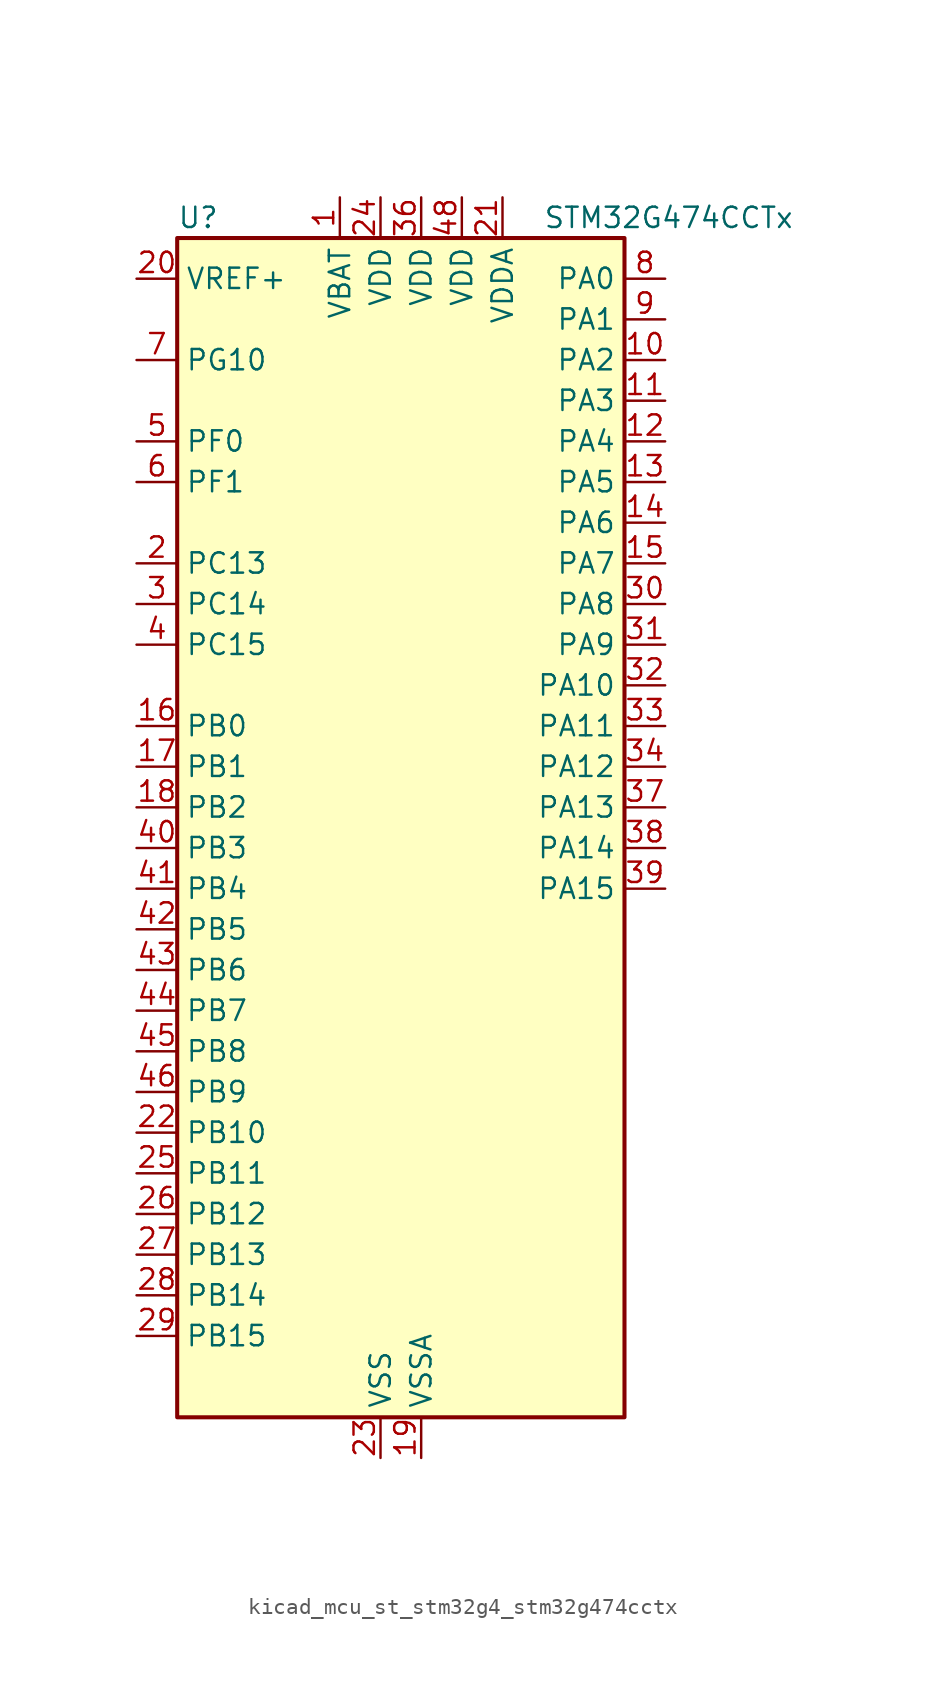
<source format=kicad_sym>
(kicad_symbol_lib
  (version 20220914)
  (generator kicad_symbol_editor)
  (symbol "kicad_mcu_st_stm32g4_stm32g474cctx"
    (property "Reference" "U"
      (at -12.7 39.37 0)
      (effects (font (size 1.27 1.27)) (justify left)))
    (property "Value" "STM32G474CCTx"
      (at 10.16 39.37 0)
      (effects (font (size 1.27 1.27)) (justify left)))
    (property "ki_locked" ""
      (at 0 0 0)
      (effects (font (size 1.27 1.27))))
    (symbol "kicad_mcu_st_stm32g4_stm32g474cctx_0_1"
      (rectangle (start -12.7 -35.56) (end 15.24 38.1) (stroke (width 0.254) (type default)) (fill (type background))))
    (symbol "kicad_mcu_st_stm32g4_stm32g474cctx_1_1"
      (pin power_in line (at -2.54 40.64 270) (length 2.54) (name "VBAT" (effects (font (size 1.27 1.27)))) (number "1" (effects (font (size 1.27 1.27)))))
      (pin bidirectional line (at 17.78 30.48 180) (length 2.54) (name "PA2" (effects (font (size 1.27 1.27)))) (number "10" (effects (font (size 1.27 1.27)))) (alternate "ADC1_IN3" bidirectional line) (alternate "ADC3_EXTI2" bidirectional line) (alternate "ADC4_EXTI2" bidirectional line) (alternate "ADC5_EXTI2" bidirectional line) (alternate "COMP2_INM" bidirectional line) (alternate "COMP2_OUT" bidirectional line) (alternate "LPUART1_TX" bidirectional line) (alternate "OPAMP1_VOUT" bidirectional line) (alternate "QUADSPI1_BK1_NCS" bidirectional line) (alternate "RCC_LSCO" bidirectional line) (alternate "SYS_WKUP4" bidirectional line) (alternate "TIM15_CH1" bidirectional line) (alternate "TIM2_CH3" bidirectional line) (alternate "TIM5_CH3" bidirectional line) (alternate "UCPD1_FRSTX1" bidirectional line) (alternate "UCPD1_FRSTX2" bidirectional line) (alternate "USART2_TX" bidirectional line))
      (pin bidirectional line (at 17.78 27.94 180) (length 2.54) (name "PA3" (effects (font (size 1.27 1.27)))) (number "11" (effects (font (size 1.27 1.27)))) (alternate "ADC1_IN4" bidirectional line) (alternate "ADC3_EXTI3" bidirectional line) (alternate "ADC4_EXTI3" bidirectional line) (alternate "ADC5_EXTI3" bidirectional line) (alternate "COMP2_INP" bidirectional line) (alternate "LPUART1_RX" bidirectional line) (alternate "OPAMP1_VINM" bidirectional line) (alternate "OPAMP1_VINM0" bidirectional line) (alternate "OPAMP1_VINM_SEC" bidirectional line) (alternate "OPAMP1_VINP" bidirectional line) (alternate "OPAMP1_VINP_SEC" bidirectional line) (alternate "OPAMP5_VINM" bidirectional line) (alternate "OPAMP5_VINM1" bidirectional line) (alternate "OPAMP5_VINM_SEC" bidirectional line) (alternate "QUADSPI1_CLK" bidirectional line) (alternate "SAI1_CK1" bidirectional line) (alternate "SAI1_MCLK_A" bidirectional line) (alternate "TIM15_CH2" bidirectional line) (alternate "TIM2_CH4" bidirectional line) (alternate "TIM5_CH4" bidirectional line) (alternate "USART2_RX" bidirectional line))
      (pin bidirectional line (at 17.78 25.4 180) (length 2.54) (name "PA4" (effects (font (size 1.27 1.27)))) (number "12" (effects (font (size 1.27 1.27)))) (alternate "ADC2_IN17" bidirectional line) (alternate "COMP1_INM" bidirectional line) (alternate "DAC1_OUT1" bidirectional line) (alternate "I2S3_WS" bidirectional line) (alternate "SAI1_FS_B" bidirectional line) (alternate "SPI1_NSS" bidirectional line) (alternate "SPI3_NSS" bidirectional line) (alternate "TIM3_CH2" bidirectional line) (alternate "USART2_CK" bidirectional line))
      (pin bidirectional line (at 17.78 22.86 180) (length 2.54) (name "PA5" (effects (font (size 1.27 1.27)))) (number "13" (effects (font (size 1.27 1.27)))) (alternate "ADC2_IN13" bidirectional line) (alternate "COMP2_INM" bidirectional line) (alternate "DAC1_OUT2" bidirectional line) (alternate "OPAMP2_VINM" bidirectional line) (alternate "OPAMP2_VINM0" bidirectional line) (alternate "OPAMP2_VINM_SEC" bidirectional line) (alternate "SPI1_SCK" bidirectional line) (alternate "TIM2_CH1" bidirectional line) (alternate "TIM2_ETR" bidirectional line) (alternate "UCPD1_FRSTX1" bidirectional line) (alternate "UCPD1_FRSTX2" bidirectional line))
      (pin bidirectional line (at 17.78 20.32 180) (length 2.54) (name "PA6" (effects (font (size 1.27 1.27)))) (number "14" (effects (font (size 1.27 1.27)))) (alternate "ADC2_IN3" bidirectional line) (alternate "COMP1_OUT" bidirectional line) (alternate "DAC2_OUT1" bidirectional line) (alternate "LPUART1_CTS" bidirectional line) (alternate "OPAMP2_VOUT" bidirectional line) (alternate "QUADSPI1_BK1_IO3" bidirectional line) (alternate "SPI1_MISO" bidirectional line) (alternate "TIM16_CH1" bidirectional line) (alternate "TIM1_BKIN" bidirectional line) (alternate "TIM3_CH1" bidirectional line) (alternate "TIM8_BKIN" bidirectional line))
      (pin bidirectional line (at 17.78 17.78 180) (length 2.54) (name "PA7" (effects (font (size 1.27 1.27)))) (number "15" (effects (font (size 1.27 1.27)))) (alternate "ADC2_IN4" bidirectional line) (alternate "COMP2_INP" bidirectional line) (alternate "COMP2_OUT" bidirectional line) (alternate "OPAMP1_VINP" bidirectional line) (alternate "OPAMP1_VINP_SEC" bidirectional line) (alternate "OPAMP2_VINP" bidirectional line) (alternate "OPAMP2_VINP_SEC" bidirectional line) (alternate "QUADSPI1_BK1_IO2" bidirectional line) (alternate "SPI1_MOSI" bidirectional line) (alternate "TIM17_CH1" bidirectional line) (alternate "TIM1_CH1N" bidirectional line) (alternate "TIM3_CH2" bidirectional line) (alternate "TIM8_CH1N" bidirectional line) (alternate "UCPD1_FRSTX1" bidirectional line) (alternate "UCPD1_FRSTX2" bidirectional line))
      (pin bidirectional line (at -15.24 7.62 0) (length 2.54) (name "PB0" (effects (font (size 1.27 1.27)))) (number "16" (effects (font (size 1.27 1.27)))) (alternate "ADC1_IN15" bidirectional line) (alternate "ADC3_IN12" bidirectional line) (alternate "COMP4_INP" bidirectional line) (alternate "HRTIM1_FLT5" bidirectional line) (alternate "OPAMP2_VINP" bidirectional line) (alternate "OPAMP2_VINP_SEC" bidirectional line) (alternate "OPAMP3_VINP" bidirectional line) (alternate "OPAMP3_VINP_SEC" bidirectional line) (alternate "QUADSPI1_BK1_IO1" bidirectional line) (alternate "TIM1_CH2N" bidirectional line) (alternate "TIM3_CH3" bidirectional line) (alternate "TIM8_CH2N" bidirectional line) (alternate "UCPD1_FRSTX1" bidirectional line) (alternate "UCPD1_FRSTX2" bidirectional line))
      (pin bidirectional line (at -15.24 5.08 0) (length 2.54) (name "PB1" (effects (font (size 1.27 1.27)))) (number "17" (effects (font (size 1.27 1.27)))) (alternate "ADC1_IN12" bidirectional line) (alternate "ADC3_IN1" bidirectional line) (alternate "COMP1_INP" bidirectional line) (alternate "COMP4_OUT" bidirectional line) (alternate "HRTIM1_SCOUT" bidirectional line) (alternate "LPUART1_DE" bidirectional line) (alternate "LPUART1_RTS" bidirectional line) (alternate "OPAMP3_VOUT" bidirectional line) (alternate "OPAMP6_VINM" bidirectional line) (alternate "OPAMP6_VINM1" bidirectional line) (alternate "OPAMP6_VINM_SEC" bidirectional line) (alternate "QUADSPI1_BK1_IO0" bidirectional line) (alternate "TIM1_CH3N" bidirectional line) (alternate "TIM3_CH4" bidirectional line) (alternate "TIM8_CH3N" bidirectional line))
      (pin bidirectional line (at -15.24 2.54 0) (length 2.54) (name "PB2" (effects (font (size 1.27 1.27)))) (number "18" (effects (font (size 1.27 1.27)))) (alternate "ADC2_IN12" bidirectional line) (alternate "ADC3_EXTI2" bidirectional line) (alternate "ADC4_EXTI2" bidirectional line) (alternate "ADC5_EXTI2" bidirectional line) (alternate "COMP4_INM" bidirectional line) (alternate "HRTIM1_SCIN" bidirectional line) (alternate "I2C3_SMBA" bidirectional line) (alternate "LPTIM1_OUT" bidirectional line) (alternate "OPAMP3_VINM" bidirectional line) (alternate "OPAMP3_VINM0" bidirectional line) (alternate "OPAMP3_VINM_SEC" bidirectional line) (alternate "QUADSPI1_BK2_IO1" bidirectional line) (alternate "RTC_OUT2" bidirectional line) (alternate "TIM20_CH1" bidirectional line) (alternate "TIM5_CH1" bidirectional line))
      (pin power_in line (at 2.54 -38.1 90) (length 2.54) (name "VSSA" (effects (font (size 1.27 1.27)))) (number "19" (effects (font (size 1.27 1.27)))))
      (pin bidirectional line (at -15.24 17.78 0) (length 2.54) (name "PC13" (effects (font (size 1.27 1.27)))) (number "2" (effects (font (size 1.27 1.27)))) (alternate "RTC_OUT1" bidirectional line) (alternate "RTC_TAMP1" bidirectional line) (alternate "RTC_TS" bidirectional line) (alternate "SYS_WKUP2" bidirectional line) (alternate "TIM1_BKIN" bidirectional line) (alternate "TIM1_CH1N" bidirectional line) (alternate "TIM8_CH4N" bidirectional line))
      (pin input line (at -15.24 35.56 0) (length 2.54) (name "VREF+" (effects (font (size 1.27 1.27)))) (number "20" (effects (font (size 1.27 1.27)))) (alternate "VREFBUF_OUT" bidirectional line))
      (pin power_in line (at 7.62 40.64 270) (length 2.54) (name "VDDA" (effects (font (size 1.27 1.27)))) (number "21" (effects (font (size 1.27 1.27)))))
      (pin bidirectional line (at -15.24 -17.78 0) (length 2.54) (name "PB10" (effects (font (size 1.27 1.27)))) (number "22" (effects (font (size 1.27 1.27)))) (alternate "COMP5_INM" bidirectional line) (alternate "DAC1_EXTI10" bidirectional line) (alternate "DAC2_EXTI10" bidirectional line) (alternate "DAC3_EXTI10" bidirectional line) (alternate "DAC4_EXTI10" bidirectional line) (alternate "HRTIM1_FLT3" bidirectional line) (alternate "LPUART1_RX" bidirectional line) (alternate "OPAMP3_VINM" bidirectional line) (alternate "OPAMP3_VINM1" bidirectional line) (alternate "OPAMP3_VINM_SEC" bidirectional line) (alternate "OPAMP4_VINM" bidirectional line) (alternate "OPAMP4_VINM0" bidirectional line) (alternate "OPAMP4_VINM_SEC" bidirectional line) (alternate "QUADSPI1_CLK" bidirectional line) (alternate "SAI1_SCK_A" bidirectional line) (alternate "TIM1_BKIN" bidirectional line) (alternate "TIM2_CH3" bidirectional line) (alternate "USART3_TX" bidirectional line))
      (pin power_in line (at 0 -38.1 90) (length 2.54) (name "VSS" (effects (font (size 1.27 1.27)))) (number "23" (effects (font (size 1.27 1.27)))))
      (pin power_in line (at 0 40.64 270) (length 2.54) (name "VDD" (effects (font (size 1.27 1.27)))) (number "24" (effects (font (size 1.27 1.27)))))
      (pin bidirectional line (at -15.24 -20.32 0) (length 2.54) (name "PB11" (effects (font (size 1.27 1.27)))) (number "25" (effects (font (size 1.27 1.27)))) (alternate "ADC1_EXTI11" bidirectional line) (alternate "ADC1_IN14" bidirectional line) (alternate "ADC2_EXTI11" bidirectional line) (alternate "ADC2_IN14" bidirectional line) (alternate "COMP6_INP" bidirectional line) (alternate "HRTIM1_FLT4" bidirectional line) (alternate "LPUART1_TX" bidirectional line) (alternate "OPAMP4_VINP" bidirectional line) (alternate "OPAMP4_VINP_SEC" bidirectional line) (alternate "OPAMP6_VOUT" bidirectional line) (alternate "QUADSPI1_BK1_NCS" bidirectional line) (alternate "TIM2_CH4" bidirectional line) (alternate "USART3_RX" bidirectional line))
      (pin bidirectional line (at -15.24 -22.86 0) (length 2.54) (name "PB12" (effects (font (size 1.27 1.27)))) (number "26" (effects (font (size 1.27 1.27)))) (alternate "ADC1_IN11" bidirectional line) (alternate "ADC4_IN3" bidirectional line) (alternate "COMP7_INM" bidirectional line) (alternate "FDCAN2_RX" bidirectional line) (alternate "HRTIM1_CHC1" bidirectional line) (alternate "I2C2_SMBA" bidirectional line) (alternate "I2S2_WS" bidirectional line) (alternate "LPUART1_DE" bidirectional line) (alternate "LPUART1_RTS" bidirectional line) (alternate "OPAMP4_VOUT" bidirectional line) (alternate "OPAMP6_VINP" bidirectional line) (alternate "OPAMP6_VINP_SEC" bidirectional line) (alternate "SPI2_NSS" bidirectional line) (alternate "TIM1_BKIN" bidirectional line) (alternate "TIM5_ETR" bidirectional line) (alternate "USART3_CK" bidirectional line))
      (pin bidirectional line (at -15.24 -25.4 0) (length 2.54) (name "PB13" (effects (font (size 1.27 1.27)))) (number "27" (effects (font (size 1.27 1.27)))) (alternate "ADC3_IN5" bidirectional line) (alternate "COMP5_INP" bidirectional line) (alternate "FDCAN2_TX" bidirectional line) (alternate "HRTIM1_CHC2" bidirectional line) (alternate "I2S2_CK" bidirectional line) (alternate "LPUART1_CTS" bidirectional line) (alternate "OPAMP3_VINP" bidirectional line) (alternate "OPAMP3_VINP_SEC" bidirectional line) (alternate "OPAMP4_VINP" bidirectional line) (alternate "OPAMP4_VINP_SEC" bidirectional line) (alternate "OPAMP6_VINP" bidirectional line) (alternate "OPAMP6_VINP_SEC" bidirectional line) (alternate "SPI2_SCK" bidirectional line) (alternate "TIM1_CH1N" bidirectional line) (alternate "USART3_CTS" bidirectional line) (alternate "USART3_NSS" bidirectional line))
      (pin bidirectional line (at -15.24 -27.94 0) (length 2.54) (name "PB14" (effects (font (size 1.27 1.27)))) (number "28" (effects (font (size 1.27 1.27)))) (alternate "ADC1_IN5" bidirectional line) (alternate "ADC4_IN4" bidirectional line) (alternate "COMP4_OUT" bidirectional line) (alternate "COMP7_INP" bidirectional line) (alternate "HRTIM1_CHD1" bidirectional line) (alternate "OPAMP2_VINP" bidirectional line) (alternate "OPAMP2_VINP_SEC" bidirectional line) (alternate "OPAMP5_VINP" bidirectional line) (alternate "OPAMP5_VINP_SEC" bidirectional line) (alternate "SPI2_MISO" bidirectional line) (alternate "TIM15_CH1" bidirectional line) (alternate "TIM1_CH2N" bidirectional line) (alternate "USART3_DE" bidirectional line) (alternate "USART3_RTS" bidirectional line))
      (pin bidirectional line (at -15.24 -30.48 0) (length 2.54) (name "PB15" (effects (font (size 1.27 1.27)))) (number "29" (effects (font (size 1.27 1.27)))) (alternate "ADC1_EXTI15" bidirectional line) (alternate "ADC2_EXTI15" bidirectional line) (alternate "ADC2_IN15" bidirectional line) (alternate "ADC4_IN5" bidirectional line) (alternate "COMP3_OUT" bidirectional line) (alternate "COMP6_INM" bidirectional line) (alternate "HRTIM1_CHD2" bidirectional line) (alternate "I2S2_SD" bidirectional line) (alternate "OPAMP5_VINM" bidirectional line) (alternate "OPAMP5_VINM0" bidirectional line) (alternate "OPAMP5_VINM_SEC" bidirectional line) (alternate "RTC_REFIN" bidirectional line) (alternate "SPI2_MOSI" bidirectional line) (alternate "TIM15_CH1N" bidirectional line) (alternate "TIM15_CH2" bidirectional line) (alternate "TIM1_CH3N" bidirectional line))
      (pin bidirectional line (at -15.24 15.24 0) (length 2.54) (name "PC14" (effects (font (size 1.27 1.27)))) (number "3" (effects (font (size 1.27 1.27)))) (alternate "RCC_OSC32_IN" bidirectional line))
      (pin bidirectional line (at 17.78 15.24 180) (length 2.54) (name "PA8" (effects (font (size 1.27 1.27)))) (number "30" (effects (font (size 1.27 1.27)))) (alternate "ADC5_IN1" bidirectional line) (alternate "COMP7_OUT" bidirectional line) (alternate "FDCAN3_RX" bidirectional line) (alternate "HRTIM1_CHA1" bidirectional line) (alternate "I2C2_SDA" bidirectional line) (alternate "I2C3_SCL" bidirectional line) (alternate "I2S2_MCK" bidirectional line) (alternate "OPAMP5_VOUT" bidirectional line) (alternate "RCC_MCO" bidirectional line) (alternate "SAI1_CK2" bidirectional line) (alternate "SAI1_SCK_A" bidirectional line) (alternate "TIM1_CH1" bidirectional line) (alternate "TIM4_ETR" bidirectional line) (alternate "USART1_CK" bidirectional line))
      (pin bidirectional line (at 17.78 12.7 180) (length 2.54) (name "PA9" (effects (font (size 1.27 1.27)))) (number "31" (effects (font (size 1.27 1.27)))) (alternate "ADC5_IN2" bidirectional line) (alternate "COMP5_OUT" bidirectional line) (alternate "DAC1_EXTI9" bidirectional line) (alternate "DAC2_EXTI9" bidirectional line) (alternate "DAC3_EXTI9" bidirectional line) (alternate "DAC4_EXTI9" bidirectional line) (alternate "HRTIM1_CHA2" bidirectional line) (alternate "I2C2_SCL" bidirectional line) (alternate "I2C3_SMBA" bidirectional line) (alternate "I2S3_MCK" bidirectional line) (alternate "SAI1_FS_A" bidirectional line) (alternate "TIM15_BKIN" bidirectional line) (alternate "TIM1_CH2" bidirectional line) (alternate "TIM2_CH3" bidirectional line) (alternate "UCPD1_DBCC1" bidirectional line) (alternate "USART1_TX" bidirectional line))
      (pin bidirectional line (at 17.78 10.16 180) (length 2.54) (name "PA10" (effects (font (size 1.27 1.27)))) (number "32" (effects (font (size 1.27 1.27)))) (alternate "COMP6_OUT" bidirectional line) (alternate "CRS_SYNC" bidirectional line) (alternate "DAC1_EXTI10" bidirectional line) (alternate "DAC2_EXTI10" bidirectional line) (alternate "DAC3_EXTI10" bidirectional line) (alternate "DAC4_EXTI10" bidirectional line) (alternate "HRTIM1_CHB1" bidirectional line) (alternate "I2C2_SMBA" bidirectional line) (alternate "SAI1_D1" bidirectional line) (alternate "SAI1_SD_A" bidirectional line) (alternate "SPI2_MISO" bidirectional line) (alternate "TIM17_BKIN" bidirectional line) (alternate "TIM1_CH3" bidirectional line) (alternate "TIM2_CH4" bidirectional line) (alternate "TIM8_BKIN" bidirectional line) (alternate "UCPD1_DBCC2" bidirectional line) (alternate "USART1_RX" bidirectional line))
      (pin bidirectional line (at 17.78 7.62 180) (length 2.54) (name "PA11" (effects (font (size 1.27 1.27)))) (number "33" (effects (font (size 1.27 1.27)))) (alternate "ADC1_EXTI11" bidirectional line) (alternate "ADC2_EXTI11" bidirectional line) (alternate "COMP1_OUT" bidirectional line) (alternate "FDCAN1_RX" bidirectional line) (alternate "HRTIM1_CHB2" bidirectional line) (alternate "I2S2_SD" bidirectional line) (alternate "SPI2_MOSI" bidirectional line) (alternate "TIM1_BKIN2" bidirectional line) (alternate "TIM1_CH1N" bidirectional line) (alternate "TIM1_CH4" bidirectional line) (alternate "TIM4_CH1" bidirectional line) (alternate "USART1_CTS" bidirectional line) (alternate "USART1_NSS" bidirectional line) (alternate "USB_DM" bidirectional line))
      (pin bidirectional line (at 17.78 5.08 180) (length 2.54) (name "PA12" (effects (font (size 1.27 1.27)))) (number "34" (effects (font (size 1.27 1.27)))) (alternate "COMP2_OUT" bidirectional line) (alternate "FDCAN1_TX" bidirectional line) (alternate "HRTIM1_FLT1" bidirectional line) (alternate "I2S_CKIN" bidirectional line) (alternate "TIM16_CH1" bidirectional line) (alternate "TIM1_CH2N" bidirectional line) (alternate "TIM1_ETR" bidirectional line) (alternate "TIM4_CH2" bidirectional line) (alternate "USART1_DE" bidirectional line) (alternate "USART1_RTS" bidirectional line) (alternate "USB_DP" bidirectional line))
      (pin passive line (at 0 -38.1 90) (length 2.54) hide (name "VSS" (effects (font (size 1.27 1.27)))) (number "35" (effects (font (size 1.27 1.27)))))
      (pin power_in line (at 2.54 40.64 270) (length 2.54) (name "VDD" (effects (font (size 1.27 1.27)))) (number "36" (effects (font (size 1.27 1.27)))))
      (pin bidirectional line (at 17.78 2.54 180) (length 2.54) (name "PA13" (effects (font (size 1.27 1.27)))) (number "37" (effects (font (size 1.27 1.27)))) (alternate "I2C1_SCL" bidirectional line) (alternate "I2C4_SCL" bidirectional line) (alternate "IR_OUT" bidirectional line) (alternate "SAI1_SD_B" bidirectional line) (alternate "SYS_JTMS-SWDIO" bidirectional line) (alternate "TIM16_CH1N" bidirectional line) (alternate "TIM4_CH3" bidirectional line) (alternate "USART3_CTS" bidirectional line) (alternate "USART3_NSS" bidirectional line))
      (pin bidirectional line (at 17.78 0 180) (length 2.54) (name "PA14" (effects (font (size 1.27 1.27)))) (number "38" (effects (font (size 1.27 1.27)))) (alternate "I2C1_SDA" bidirectional line) (alternate "I2C4_SMBA" bidirectional line) (alternate "LPTIM1_OUT" bidirectional line) (alternate "SAI1_FS_B" bidirectional line) (alternate "SYS_JTCK-SWCLK" bidirectional line) (alternate "TIM1_BKIN" bidirectional line) (alternate "TIM8_CH2" bidirectional line) (alternate "USART2_TX" bidirectional line))
      (pin bidirectional line (at 17.78 -2.54 180) (length 2.54) (name "PA15" (effects (font (size 1.27 1.27)))) (number "39" (effects (font (size 1.27 1.27)))) (alternate "ADC1_EXTI15" bidirectional line) (alternate "ADC2_EXTI15" bidirectional line) (alternate "FDCAN3_TX" bidirectional line) (alternate "HRTIM1_FLT2" bidirectional line) (alternate "I2C1_SCL" bidirectional line) (alternate "I2S3_WS" bidirectional line) (alternate "SPI1_NSS" bidirectional line) (alternate "SPI3_NSS" bidirectional line) (alternate "SYS_JTDI" bidirectional line) (alternate "TIM1_BKIN" bidirectional line) (alternate "TIM2_CH1" bidirectional line) (alternate "TIM2_ETR" bidirectional line) (alternate "TIM8_CH1" bidirectional line) (alternate "USART2_RX" bidirectional line))
      (pin bidirectional line (at -15.24 12.7 0) (length 2.54) (name "PC15" (effects (font (size 1.27 1.27)))) (number "4" (effects (font (size 1.27 1.27)))) (alternate "ADC1_EXTI15" bidirectional line) (alternate "ADC2_EXTI15" bidirectional line) (alternate "RCC_OSC32_OUT" bidirectional line))
      (pin bidirectional line (at -15.24 0 0) (length 2.54) (name "PB3" (effects (font (size 1.27 1.27)))) (number "40" (effects (font (size 1.27 1.27)))) (alternate "ADC3_EXTI3" bidirectional line) (alternate "ADC4_EXTI3" bidirectional line) (alternate "ADC5_EXTI3" bidirectional line) (alternate "CRS_SYNC" bidirectional line) (alternate "FDCAN3_RX" bidirectional line) (alternate "HRTIM1_EEV9" bidirectional line) (alternate "HRTIM1_SCOUT" bidirectional line) (alternate "I2S3_CK" bidirectional line) (alternate "SAI1_SCK_B" bidirectional line) (alternate "SPI1_SCK" bidirectional line) (alternate "SPI3_SCK" bidirectional line) (alternate "SYS_JTDO-SWO" bidirectional line) (alternate "TIM2_CH2" bidirectional line) (alternate "TIM3_ETR" bidirectional line) (alternate "TIM4_ETR" bidirectional line) (alternate "TIM8_CH1N" bidirectional line) (alternate "USART2_TX" bidirectional line))
      (pin bidirectional line (at -15.24 -2.54 0) (length 2.54) (name "PB4" (effects (font (size 1.27 1.27)))) (number "41" (effects (font (size 1.27 1.27)))) (alternate "FDCAN3_TX" bidirectional line) (alternate "HRTIM1_EEV7" bidirectional line) (alternate "SAI1_MCLK_B" bidirectional line) (alternate "SPI1_MISO" bidirectional line) (alternate "SPI3_MISO" bidirectional line) (alternate "SYS_JTRST" bidirectional line) (alternate "TIM16_CH1" bidirectional line) (alternate "TIM17_BKIN" bidirectional line) (alternate "TIM3_CH1" bidirectional line) (alternate "TIM8_CH2N" bidirectional line) (alternate "UCPD1_CC2" bidirectional line) (alternate "USART2_RX" bidirectional line))
      (pin bidirectional line (at -15.24 -5.08 0) (length 2.54) (name "PB5" (effects (font (size 1.27 1.27)))) (number "42" (effects (font (size 1.27 1.27)))) (alternate "FDCAN2_RX" bidirectional line) (alternate "HRTIM1_EEV6" bidirectional line) (alternate "I2C1_SMBA" bidirectional line) (alternate "I2C3_SDA" bidirectional line) (alternate "I2S3_SD" bidirectional line) (alternate "LPTIM1_IN1" bidirectional line) (alternate "SAI1_SD_B" bidirectional line) (alternate "SPI1_MOSI" bidirectional line) (alternate "SPI3_MOSI" bidirectional line) (alternate "TIM16_BKIN" bidirectional line) (alternate "TIM17_CH1" bidirectional line) (alternate "TIM3_CH2" bidirectional line) (alternate "TIM8_CH3N" bidirectional line) (alternate "USART2_CK" bidirectional line))
      (pin bidirectional line (at -15.24 -7.62 0) (length 2.54) (name "PB6" (effects (font (size 1.27 1.27)))) (number "43" (effects (font (size 1.27 1.27)))) (alternate "COMP4_OUT" bidirectional line) (alternate "FDCAN2_TX" bidirectional line) (alternate "HRTIM1_EEV4" bidirectional line) (alternate "HRTIM1_SCIN" bidirectional line) (alternate "LPTIM1_ETR" bidirectional line) (alternate "SAI1_FS_B" bidirectional line) (alternate "TIM16_CH1N" bidirectional line) (alternate "TIM4_CH1" bidirectional line) (alternate "TIM8_BKIN2" bidirectional line) (alternate "TIM8_CH1" bidirectional line) (alternate "TIM8_ETR" bidirectional line) (alternate "UCPD1_CC1" bidirectional line) (alternate "USART1_TX" bidirectional line))
      (pin bidirectional line (at -15.24 -10.16 0) (length 2.54) (name "PB7" (effects (font (size 1.27 1.27)))) (number "44" (effects (font (size 1.27 1.27)))) (alternate "COMP3_OUT" bidirectional line) (alternate "HRTIM1_EEV3" bidirectional line) (alternate "I2C1_SDA" bidirectional line) (alternate "I2C4_SDA" bidirectional line) (alternate "LPTIM1_IN2" bidirectional line) (alternate "SYS_PVD_IN" bidirectional line) (alternate "TIM17_CH1N" bidirectional line) (alternate "TIM3_CH4" bidirectional line) (alternate "TIM4_CH2" bidirectional line) (alternate "TIM8_BKIN" bidirectional line) (alternate "USART1_RX" bidirectional line))
      (pin bidirectional line (at -15.24 -12.7 0) (length 2.54) (name "PB8" (effects (font (size 1.27 1.27)))) (number "45" (effects (font (size 1.27 1.27)))) (alternate "COMP1_OUT" bidirectional line) (alternate "FDCAN1_RX" bidirectional line) (alternate "HRTIM1_EEV8" bidirectional line) (alternate "I2C1_SCL" bidirectional line) (alternate "SAI1_CK1" bidirectional line) (alternate "SAI1_MCLK_A" bidirectional line) (alternate "TIM16_CH1" bidirectional line) (alternate "TIM1_BKIN" bidirectional line) (alternate "TIM4_CH3" bidirectional line) (alternate "TIM8_CH2" bidirectional line) (alternate "USART3_RX" bidirectional line))
      (pin bidirectional line (at -15.24 -15.24 0) (length 2.54) (name "PB9" (effects (font (size 1.27 1.27)))) (number "46" (effects (font (size 1.27 1.27)))) (alternate "COMP2_OUT" bidirectional line) (alternate "DAC1_EXTI9" bidirectional line) (alternate "DAC2_EXTI9" bidirectional line) (alternate "DAC3_EXTI9" bidirectional line) (alternate "DAC4_EXTI9" bidirectional line) (alternate "FDCAN1_TX" bidirectional line) (alternate "HRTIM1_EEV5" bidirectional line) (alternate "I2C1_SDA" bidirectional line) (alternate "IR_OUT" bidirectional line) (alternate "SAI1_D2" bidirectional line) (alternate "SAI1_FS_A" bidirectional line) (alternate "TIM17_CH1" bidirectional line) (alternate "TIM1_CH3N" bidirectional line) (alternate "TIM4_CH4" bidirectional line) (alternate "TIM8_CH3" bidirectional line) (alternate "USART3_TX" bidirectional line))
      (pin passive line (at 0 -38.1 90) (length 2.54) hide (name "VSS" (effects (font (size 1.27 1.27)))) (number "47" (effects (font (size 1.27 1.27)))))
      (pin power_in line (at 5.08 40.64 270) (length 2.54) (name "VDD" (effects (font (size 1.27 1.27)))) (number "48" (effects (font (size 1.27 1.27)))))
      (pin bidirectional line (at -15.24 25.4 0) (length 2.54) (name "PF0" (effects (font (size 1.27 1.27)))) (number "5" (effects (font (size 1.27 1.27)))) (alternate "ADC1_IN10" bidirectional line) (alternate "I2C2_SDA" bidirectional line) (alternate "I2S2_WS" bidirectional line) (alternate "RCC_OSC_IN" bidirectional line) (alternate "SPI2_NSS" bidirectional line) (alternate "TIM1_CH3N" bidirectional line))
      (pin bidirectional line (at -15.24 22.86 0) (length 2.54) (name "PF1" (effects (font (size 1.27 1.27)))) (number "6" (effects (font (size 1.27 1.27)))) (alternate "ADC2_IN10" bidirectional line) (alternate "COMP3_INM" bidirectional line) (alternate "I2S2_CK" bidirectional line) (alternate "RCC_OSC_OUT" bidirectional line) (alternate "SPI2_SCK" bidirectional line))
      (pin bidirectional line (at -15.24 30.48 0) (length 2.54) (name "PG10" (effects (font (size 1.27 1.27)))) (number "7" (effects (font (size 1.27 1.27)))) (alternate "DAC1_EXTI10" bidirectional line) (alternate "DAC2_EXTI10" bidirectional line) (alternate "DAC3_EXTI10" bidirectional line) (alternate "DAC4_EXTI10" bidirectional line) (alternate "RCC_MCO" bidirectional line))
      (pin bidirectional line (at 17.78 35.56 180) (length 2.54) (name "PA0" (effects (font (size 1.27 1.27)))) (number "8" (effects (font (size 1.27 1.27)))) (alternate "ADC1_IN1" bidirectional line) (alternate "ADC2_IN1" bidirectional line) (alternate "COMP1_INM" bidirectional line) (alternate "COMP1_OUT" bidirectional line) (alternate "COMP3_INP" bidirectional line) (alternate "RTC_TAMP2" bidirectional line) (alternate "SYS_WKUP1" bidirectional line) (alternate "TIM2_CH1" bidirectional line) (alternate "TIM2_ETR" bidirectional line) (alternate "TIM5_CH1" bidirectional line) (alternate "TIM8_BKIN" bidirectional line) (alternate "TIM8_ETR" bidirectional line) (alternate "USART2_CTS" bidirectional line) (alternate "USART2_NSS" bidirectional line))
      (pin bidirectional line (at 17.78 33.02 180) (length 2.54) (name "PA1" (effects (font (size 1.27 1.27)))) (number "9" (effects (font (size 1.27 1.27)))) (alternate "ADC1_IN2" bidirectional line) (alternate "ADC2_IN2" bidirectional line) (alternate "COMP1_INP" bidirectional line) (alternate "OPAMP1_VINP" bidirectional line) (alternate "OPAMP1_VINP_SEC" bidirectional line) (alternate "OPAMP3_VINP" bidirectional line) (alternate "OPAMP3_VINP_SEC" bidirectional line) (alternate "OPAMP6_VINM" bidirectional line) (alternate "OPAMP6_VINM0" bidirectional line) (alternate "OPAMP6_VINM_SEC" bidirectional line) (alternate "RTC_REFIN" bidirectional line) (alternate "TIM15_CH1N" bidirectional line) (alternate "TIM2_CH2" bidirectional line) (alternate "TIM5_CH2" bidirectional line) (alternate "USART2_DE" bidirectional line) (alternate "USART2_RTS" bidirectional line)))))
</source>
